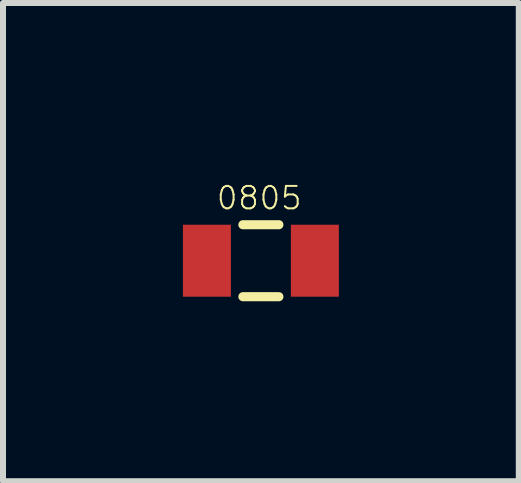
<source format=kicad_pcb>
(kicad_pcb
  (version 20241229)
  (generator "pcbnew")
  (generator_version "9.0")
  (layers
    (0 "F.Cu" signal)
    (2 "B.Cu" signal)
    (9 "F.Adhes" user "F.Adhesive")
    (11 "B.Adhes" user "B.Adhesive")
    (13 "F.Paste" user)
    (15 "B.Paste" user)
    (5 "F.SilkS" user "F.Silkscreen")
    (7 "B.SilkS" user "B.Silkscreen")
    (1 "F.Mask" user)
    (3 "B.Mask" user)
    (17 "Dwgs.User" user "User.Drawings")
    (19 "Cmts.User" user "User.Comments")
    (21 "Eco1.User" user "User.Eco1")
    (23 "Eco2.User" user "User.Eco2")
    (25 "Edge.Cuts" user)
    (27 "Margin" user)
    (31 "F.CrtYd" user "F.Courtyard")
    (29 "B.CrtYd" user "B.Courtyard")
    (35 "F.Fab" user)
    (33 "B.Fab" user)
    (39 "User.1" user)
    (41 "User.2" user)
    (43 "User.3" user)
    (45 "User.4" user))
  (footprint "0805"
    (layer "F.Cu")
    (at 1.3 1.297)
    (property "Reference" "0805" (at -0.762 -0.826 0) (layer "F.SilkS") (effects (font (size 0.374 0.374) (thickness 0.033)) (justify left bottom)))
    (fp_line (start -0.3 -0.6) (end 0.3 -0.6) (stroke (width 0.152) (type solid)) (layer "F.SilkS"))
    (fp_line (start -0.3 0.6) (end 0.3 0.6) (stroke (width 0.152) (type solid)) (layer "F.SilkS"))
    (pad "1" smd rect (at -0.9 0) (size 0.8 1.2) (layers "F.Cu" "F.Mask" "F.Paste"))
    (pad "2" smd rect (at 0.9 0) (size 0.8 1.2) (layers "F.Cu" "F.Mask" "F.Paste")))
  (gr_rect
    (start -3 -3)
    (end 5.6 4.973)
    (stroke (width 0.1) (type default))
    (fill no)
    (layer "Edge.Cuts")))
</source>
